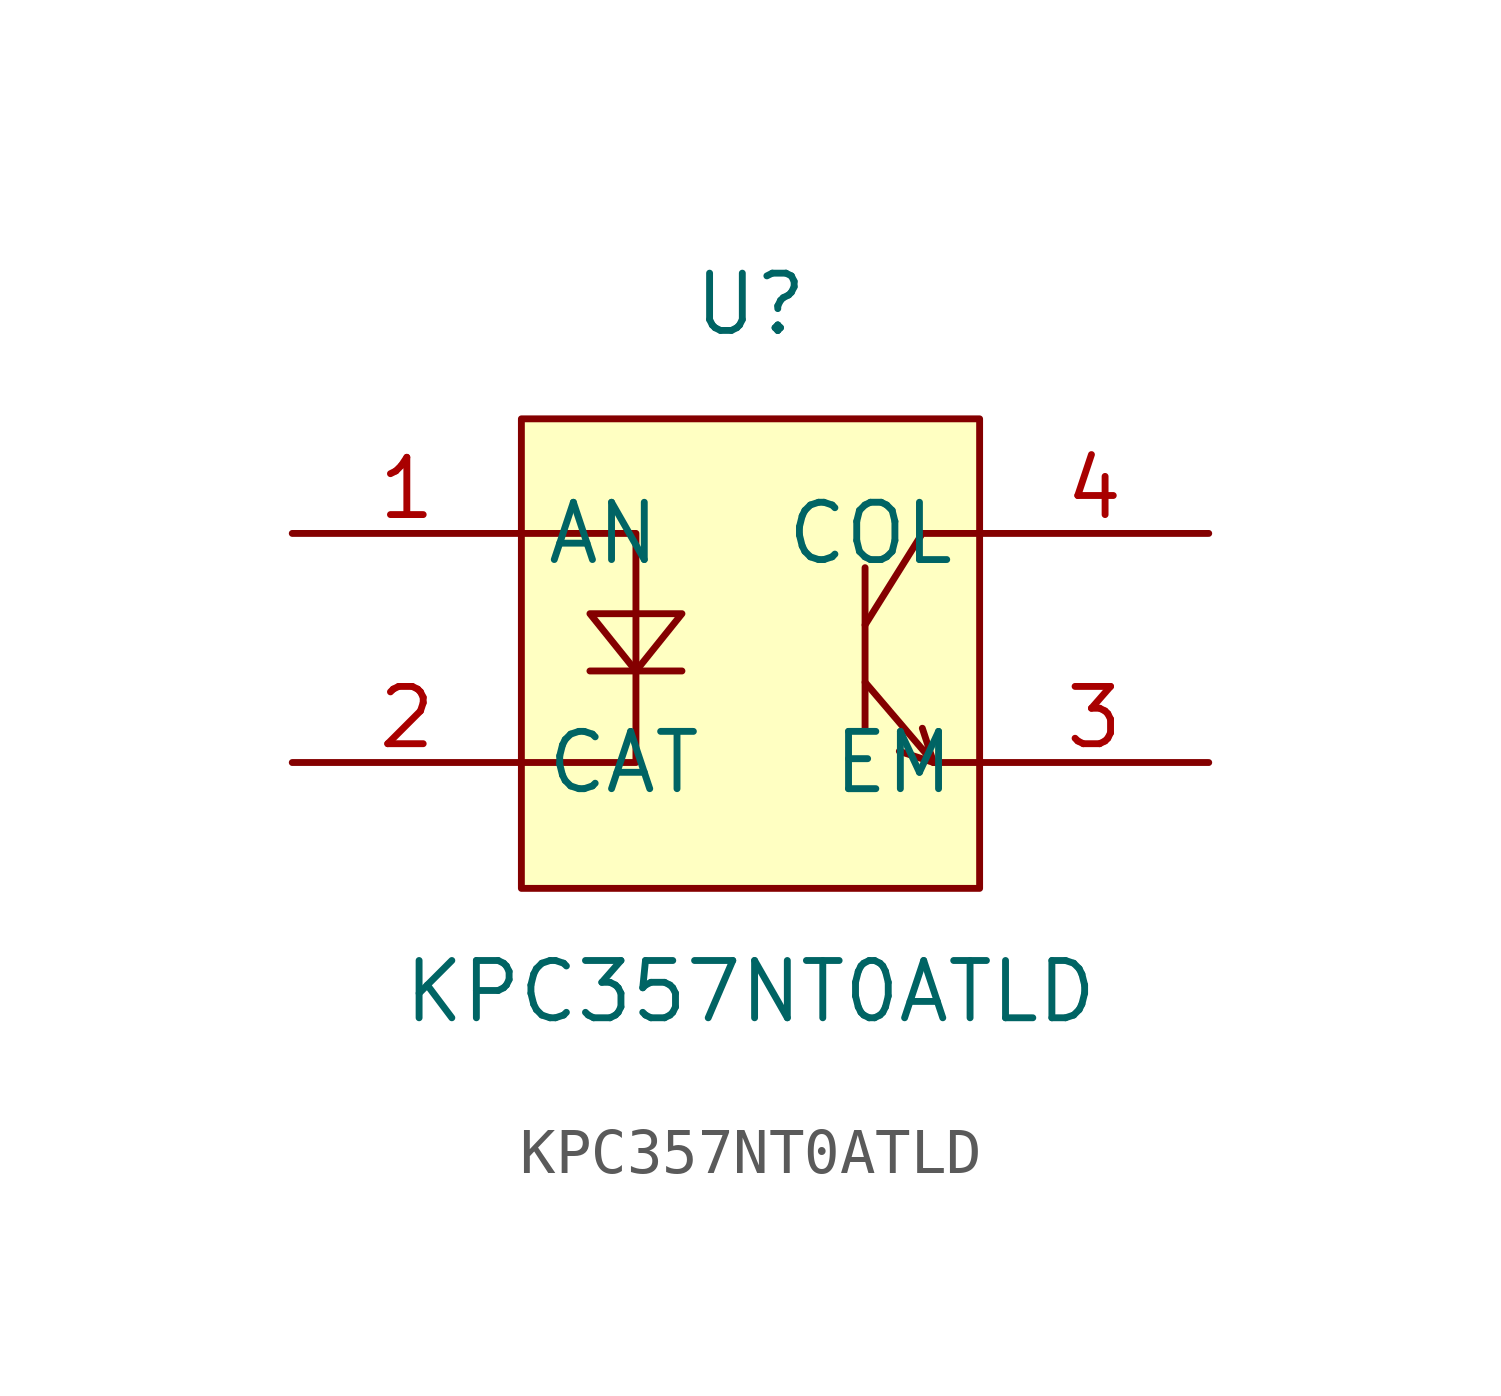
<source format=kicad_sym>
(kicad_symbol_lib
  (version 20211014)
  (generator https://github.com/uPesy/easyeda2kicad.py)
  (symbol "KPC357NT0ATLD"
    (property "Reference" "U"
      (at 0 7.62 0)
      (effects (font (size 1.27 1.27))))
    (property "Value" "KPC357NT0ATLD"
      (at 0 -7.62 0)
      (effects (font (size 1.27 1.27))))
    (symbol "KPC357NT0ATLD_0_1"
      (rectangle (start -5.08 5.08) (end 5.08 -5.33) (stroke (width 0) (type default) (color 0 0 0 0)) (fill (type background)))
      (polyline (pts (xy -5.08 2.54) (xy -2.54 2.54) (xy -2.54 -2.54) (xy -5.08 -2.54)) (stroke (width 0) (type default) (color 0 0 0 0)) (fill (type none)))
      (polyline (pts (xy -3.56 0.76) (xy -1.52 0.76) (xy -2.54 -0.51) (xy -3.56 0.76)) (stroke (width 0) (type default) (color 0 0 0 0)) (fill (type background)))
      (polyline (pts (xy -3.56 -0.51) (xy -1.52 -0.51)) (stroke (width 0) (type default) (color 0 0 0 0)) (fill (type none)))
      (polyline (pts (xy 2.54 1.78) (xy 2.54 -1.78)) (stroke (width 0) (type default) (color 0 0 0 0)) (fill (type none)))
      (polyline (pts (xy 2.54 0.51) (xy 3.81 2.54) (xy 5.08 2.54)) (stroke (width 0) (type default) (color 0 0 0 0)) (fill (type none)))
      (polyline (pts (xy 2.54 -0.76) (xy 4.06 -2.54) (xy 3.81 -1.78)) (stroke (width 0) (type default) (color 0 0 0 0)) (fill (type none)))
      (polyline (pts (xy 4.06 -2.54) (xy 3.30 -2.29)) (stroke (width 0) (type default) (color 0 0 0 0)) (fill (type none)))
      (polyline (pts (xy 4.06 -2.54) (xy 5.08 -2.54)) (stroke (width 0) (type default) (color 0 0 0 0)) (fill (type none)))
      (pin unspecified line (at -10.16 2.54 0) (length 5.08) (name "AN" (effects (font (size 1.27 1.27)))) (number "1" (effects (font (size 1.27 1.27)))))
      (pin unspecified line (at -10.16 -2.54 0) (length 5.08) (name "CAT" (effects (font (size 1.27 1.27)))) (number "2" (effects (font (size 1.27 1.27)))))
      (pin unspecified line (at 10.16 -2.54 180) (length 5.08) (name "EM" (effects (font (size 1.27 1.27)))) (number "3" (effects (font (size 1.27 1.27)))))
      (pin unspecified line (at 10.16 2.54 180) (length 5.08) (name "COL" (effects (font (size 1.27 1.27)))) (number "4" (effects (font (size 1.27 1.27))))))))
</source>
